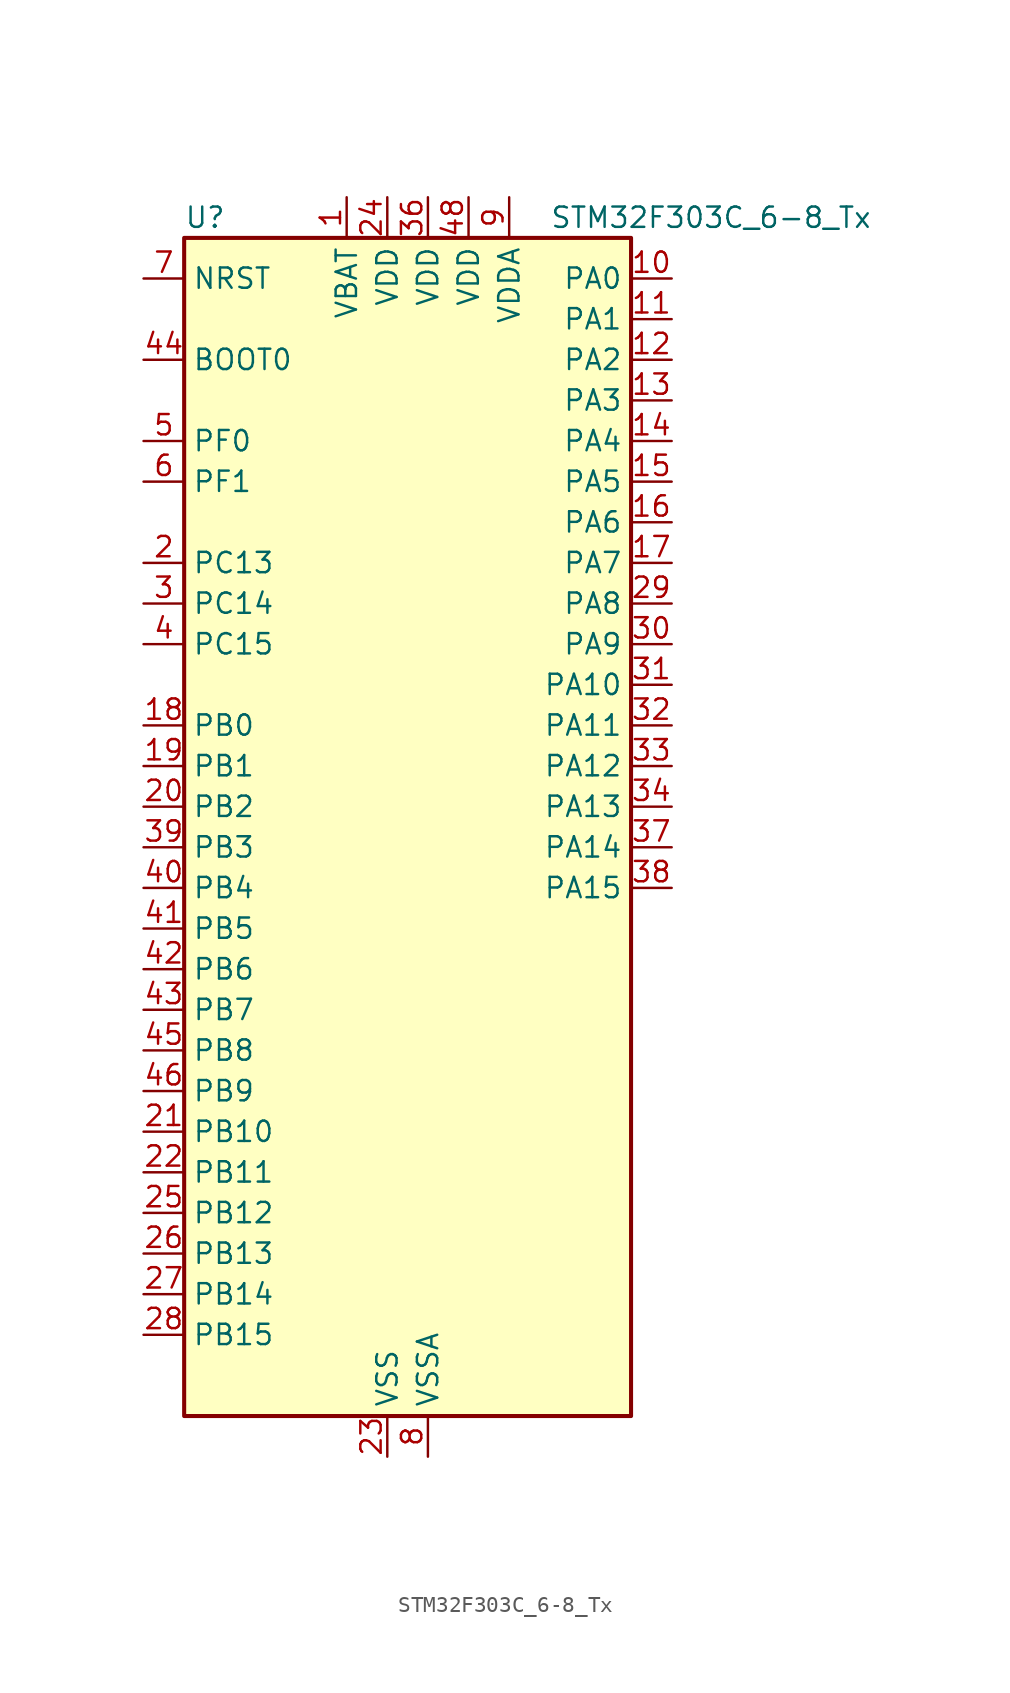
<source format=kicad_sym>
(kicad_symbol_lib
  (version 20220914)
  (generator kicad_symbol_editor)
  (symbol "STM32F303C_6-8_Tx"
    (property "Reference" "U"
      (at -12.7 39.37 0)
      (effects (font (size 1.27 1.27)) (justify left)))
    (property "Value" "STM32F303C_6-8_Tx"
      (at 10.16 39.37 0)
      (effects (font (size 1.27 1.27)) (justify left)))
    (property "ki_locked" ""
      (at 0 0 0)
      (effects (font (size 1.27 1.27))))
    (symbol "STM32F303C_6-8_Tx_0_1"
      (rectangle (start -12.7 -35.56) (end 15.24 38.1) (stroke (width 0.254) (type default)) (fill (type background))))
    (symbol "STM32F303C_6-8_Tx_1_1"
      (pin power_in line (at -2.54 40.64 270) (length 2.54) (name "VBAT" (effects (font (size 1.27 1.27)))) (number "1" (effects (font (size 1.27 1.27)))))
      (pin bidirectional line (at 17.78 35.56 180) (length 2.54) (name "PA0" (effects (font (size 1.27 1.27)))) (number "10" (effects (font (size 1.27 1.27)))) (alternate "ADC1_IN1" bidirectional line) (alternate "RTC_TAMP2" bidirectional line) (alternate "SYS_WKUP1" bidirectional line) (alternate "TIM2_CH1" bidirectional line) (alternate "TIM2_ETR" bidirectional line) (alternate "TSC_G1_IO1" bidirectional line) (alternate "USART2_CTS" bidirectional line))
      (pin bidirectional line (at 17.78 33.02 180) (length 2.54) (name "PA1" (effects (font (size 1.27 1.27)))) (number "11" (effects (font (size 1.27 1.27)))) (alternate "ADC1_IN2" bidirectional line) (alternate "RTC_REFIN" bidirectional line) (alternate "TIM15_CH1N" bidirectional line) (alternate "TIM2_CH2" bidirectional line) (alternate "TSC_G1_IO2" bidirectional line) (alternate "USART2_DE" bidirectional line) (alternate "USART2_RTS" bidirectional line))
      (pin bidirectional line (at 17.78 30.48 180) (length 2.54) (name "PA2" (effects (font (size 1.27 1.27)))) (number "12" (effects (font (size 1.27 1.27)))) (alternate "ADC1_IN3" bidirectional line) (alternate "COMP2_INM" bidirectional line) (alternate "COMP2_OUT" bidirectional line) (alternate "TIM15_CH1" bidirectional line) (alternate "TIM2_CH3" bidirectional line) (alternate "TSC_G1_IO3" bidirectional line) (alternate "USART2_TX" bidirectional line))
      (pin bidirectional line (at 17.78 27.94 180) (length 2.54) (name "PA3" (effects (font (size 1.27 1.27)))) (number "13" (effects (font (size 1.27 1.27)))) (alternate "ADC1_IN4" bidirectional line) (alternate "TIM15_CH2" bidirectional line) (alternate "TIM2_CH4" bidirectional line) (alternate "TSC_G1_IO4" bidirectional line) (alternate "USART2_RX" bidirectional line))
      (pin bidirectional line (at 17.78 25.4 180) (length 2.54) (name "PA4" (effects (font (size 1.27 1.27)))) (number "14" (effects (font (size 1.27 1.27)))) (alternate "ADC2_IN1" bidirectional line) (alternate "COMP2_INM" bidirectional line) (alternate "COMP4_INM" bidirectional line) (alternate "COMP6_INM" bidirectional line) (alternate "DAC1_OUT1" bidirectional line) (alternate "SPI1_NSS" bidirectional line) (alternate "TIM3_CH2" bidirectional line) (alternate "TSC_G2_IO1" bidirectional line) (alternate "USART2_CK" bidirectional line))
      (pin bidirectional line (at 17.78 22.86 180) (length 2.54) (name "PA5" (effects (font (size 1.27 1.27)))) (number "15" (effects (font (size 1.27 1.27)))) (alternate "ADC2_IN2" bidirectional line) (alternate "DAC1_OUT2" bidirectional line) (alternate "OPAMP2_VINM" bidirectional line) (alternate "OPAMP2_VINM_SEC" bidirectional line) (alternate "SPI1_SCK" bidirectional line) (alternate "TIM2_CH1" bidirectional line) (alternate "TIM2_ETR" bidirectional line) (alternate "TSC_G2_IO2" bidirectional line))
      (pin bidirectional line (at 17.78 20.32 180) (length 2.54) (name "PA6" (effects (font (size 1.27 1.27)))) (number "16" (effects (font (size 1.27 1.27)))) (alternate "ADC2_IN3" bidirectional line) (alternate "DAC2_OUT1" bidirectional line) (alternate "OPAMP2_VOUT" bidirectional line) (alternate "SPI1_MISO" bidirectional line) (alternate "TIM16_CH1" bidirectional line) (alternate "TIM1_BKIN" bidirectional line) (alternate "TIM3_CH1" bidirectional line) (alternate "TSC_G2_IO3" bidirectional line))
      (pin bidirectional line (at 17.78 17.78 180) (length 2.54) (name "PA7" (effects (font (size 1.27 1.27)))) (number "17" (effects (font (size 1.27 1.27)))) (alternate "ADC2_IN4" bidirectional line) (alternate "COMP2_INP" bidirectional line) (alternate "OPAMP2_VINP" bidirectional line) (alternate "OPAMP2_VINP_SEC" bidirectional line) (alternate "SPI1_MOSI" bidirectional line) (alternate "TIM17_CH1" bidirectional line) (alternate "TIM1_CH1N" bidirectional line) (alternate "TIM3_CH2" bidirectional line) (alternate "TSC_G2_IO4" bidirectional line))
      (pin bidirectional line (at -15.24 7.62 0) (length 2.54) (name "PB0" (effects (font (size 1.27 1.27)))) (number "18" (effects (font (size 1.27 1.27)))) (alternate "ADC1_IN11" bidirectional line) (alternate "COMP4_INP" bidirectional line) (alternate "OPAMP2_VINP" bidirectional line) (alternate "OPAMP2_VINP_SEC" bidirectional line) (alternate "TIM1_CH2N" bidirectional line) (alternate "TIM3_CH3" bidirectional line) (alternate "TSC_G3_IO2" bidirectional line))
      (pin bidirectional line (at -15.24 5.08 0) (length 2.54) (name "PB1" (effects (font (size 1.27 1.27)))) (number "19" (effects (font (size 1.27 1.27)))) (alternate "ADC1_IN12" bidirectional line) (alternate "COMP4_OUT" bidirectional line) (alternate "TIM1_CH3N" bidirectional line) (alternate "TIM3_CH4" bidirectional line) (alternate "TSC_G3_IO3" bidirectional line))
      (pin bidirectional line (at -15.24 17.78 0) (length 2.54) (name "PC13" (effects (font (size 1.27 1.27)))) (number "2" (effects (font (size 1.27 1.27)))) (alternate "RTC_OUT_ALARM" bidirectional line) (alternate "RTC_OUT_CALIB" bidirectional line) (alternate "RTC_TAMP1" bidirectional line) (alternate "RTC_TS" bidirectional line) (alternate "SYS_WKUP2" bidirectional line) (alternate "TIM1_CH1N" bidirectional line))
      (pin bidirectional line (at -15.24 2.54 0) (length 2.54) (name "PB2" (effects (font (size 1.27 1.27)))) (number "20" (effects (font (size 1.27 1.27)))) (alternate "ADC2_IN12" bidirectional line) (alternate "COMP4_INM" bidirectional line) (alternate "TSC_G3_IO4" bidirectional line))
      (pin bidirectional line (at -15.24 -17.78 0) (length 2.54) (name "PB10" (effects (font (size 1.27 1.27)))) (number "21" (effects (font (size 1.27 1.27)))) (alternate "TIM2_CH3" bidirectional line) (alternate "TSC_SYNC" bidirectional line) (alternate "USART3_TX" bidirectional line))
      (pin bidirectional line (at -15.24 -20.32 0) (length 2.54) (name "PB11" (effects (font (size 1.27 1.27)))) (number "22" (effects (font (size 1.27 1.27)))) (alternate "COMP6_INP" bidirectional line) (alternate "TIM2_CH4" bidirectional line) (alternate "TSC_G6_IO1" bidirectional line) (alternate "USART3_RX" bidirectional line))
      (pin power_in line (at 0 -38.1 90) (length 2.54) (name "VSS" (effects (font (size 1.27 1.27)))) (number "23" (effects (font (size 1.27 1.27)))))
      (pin power_in line (at 0 40.64 270) (length 2.54) (name "VDD" (effects (font (size 1.27 1.27)))) (number "24" (effects (font (size 1.27 1.27)))))
      (pin bidirectional line (at -15.24 -22.86 0) (length 2.54) (name "PB12" (effects (font (size 1.27 1.27)))) (number "25" (effects (font (size 1.27 1.27)))) (alternate "ADC2_IN13" bidirectional line) (alternate "TIM1_BKIN" bidirectional line) (alternate "TSC_G6_IO2" bidirectional line) (alternate "USART3_CK" bidirectional line))
      (pin bidirectional line (at -15.24 -25.4 0) (length 2.54) (name "PB13" (effects (font (size 1.27 1.27)))) (number "26" (effects (font (size 1.27 1.27)))) (alternate "ADC1_IN13" bidirectional line) (alternate "TIM1_CH1N" bidirectional line) (alternate "TSC_G6_IO3" bidirectional line) (alternate "USART3_CTS" bidirectional line))
      (pin bidirectional line (at -15.24 -27.94 0) (length 2.54) (name "PB14" (effects (font (size 1.27 1.27)))) (number "27" (effects (font (size 1.27 1.27)))) (alternate "ADC2_IN14" bidirectional line) (alternate "OPAMP2_VINP" bidirectional line) (alternate "OPAMP2_VINP_SEC" bidirectional line) (alternate "TIM15_CH1" bidirectional line) (alternate "TIM1_CH2N" bidirectional line) (alternate "TSC_G6_IO4" bidirectional line) (alternate "USART3_DE" bidirectional line) (alternate "USART3_RTS" bidirectional line))
      (pin bidirectional line (at -15.24 -30.48 0) (length 2.54) (name "PB15" (effects (font (size 1.27 1.27)))) (number "28" (effects (font (size 1.27 1.27)))) (alternate "ADC2_IN15" bidirectional line) (alternate "COMP6_INM" bidirectional line) (alternate "RTC_REFIN" bidirectional line) (alternate "TIM15_CH1N" bidirectional line) (alternate "TIM15_CH2" bidirectional line) (alternate "TIM1_CH3N" bidirectional line))
      (pin bidirectional line (at 17.78 15.24 180) (length 2.54) (name "PA8" (effects (font (size 1.27 1.27)))) (number "29" (effects (font (size 1.27 1.27)))) (alternate "RCC_MCO" bidirectional line) (alternate "TIM1_CH1" bidirectional line) (alternate "USART1_CK" bidirectional line))
      (pin bidirectional line (at -15.24 15.24 0) (length 2.54) (name "PC14" (effects (font (size 1.27 1.27)))) (number "3" (effects (font (size 1.27 1.27)))) (alternate "RCC_OSC32_IN" bidirectional line))
      (pin bidirectional line (at 17.78 12.7 180) (length 2.54) (name "PA9" (effects (font (size 1.27 1.27)))) (number "30" (effects (font (size 1.27 1.27)))) (alternate "DAC1_EXTI9" bidirectional line) (alternate "DAC2_EXTI9" bidirectional line) (alternate "TIM15_BKIN" bidirectional line) (alternate "TIM1_CH2" bidirectional line) (alternate "TIM2_CH3" bidirectional line) (alternate "TSC_G4_IO1" bidirectional line) (alternate "USART1_TX" bidirectional line))
      (pin bidirectional line (at 17.78 10.16 180) (length 2.54) (name "PA10" (effects (font (size 1.27 1.27)))) (number "31" (effects (font (size 1.27 1.27)))) (alternate "COMP6_OUT" bidirectional line) (alternate "TIM17_BKIN" bidirectional line) (alternate "TIM1_CH3" bidirectional line) (alternate "TIM2_CH4" bidirectional line) (alternate "TSC_G4_IO2" bidirectional line) (alternate "USART1_RX" bidirectional line))
      (pin bidirectional line (at 17.78 7.62 180) (length 2.54) (name "PA11" (effects (font (size 1.27 1.27)))) (number "32" (effects (font (size 1.27 1.27)))) (alternate "CAN_RX" bidirectional line) (alternate "TIM1_BKIN2" bidirectional line) (alternate "TIM1_CH1N" bidirectional line) (alternate "TIM1_CH4" bidirectional line) (alternate "USART1_CTS" bidirectional line))
      (pin bidirectional line (at 17.78 5.08 180) (length 2.54) (name "PA12" (effects (font (size 1.27 1.27)))) (number "33" (effects (font (size 1.27 1.27)))) (alternate "CAN_TX" bidirectional line) (alternate "COMP2_OUT" bidirectional line) (alternate "TIM16_CH1" bidirectional line) (alternate "TIM1_CH2N" bidirectional line) (alternate "TIM1_ETR" bidirectional line) (alternate "USART1_DE" bidirectional line) (alternate "USART1_RTS" bidirectional line))
      (pin bidirectional line (at 17.78 2.54 180) (length 2.54) (name "PA13" (effects (font (size 1.27 1.27)))) (number "34" (effects (font (size 1.27 1.27)))) (alternate "IR_OUT" bidirectional line) (alternate "SYS_JTMS-SWDIO" bidirectional line) (alternate "TIM16_CH1N" bidirectional line) (alternate "TSC_G4_IO3" bidirectional line) (alternate "USART3_CTS" bidirectional line))
      (pin passive line (at 0 -38.1 90) (length 2.54) hide (name "VSS" (effects (font (size 1.27 1.27)))) (number "35" (effects (font (size 1.27 1.27)))))
      (pin power_in line (at 2.54 40.64 270) (length 2.54) (name "VDD" (effects (font (size 1.27 1.27)))) (number "36" (effects (font (size 1.27 1.27)))))
      (pin bidirectional line (at 17.78 0 180) (length 2.54) (name "PA14" (effects (font (size 1.27 1.27)))) (number "37" (effects (font (size 1.27 1.27)))) (alternate "I2C1_SDA" bidirectional line) (alternate "SYS_JTCK-SWCLK" bidirectional line) (alternate "TIM1_BKIN" bidirectional line) (alternate "TSC_G4_IO4" bidirectional line) (alternate "USART2_TX" bidirectional line))
      (pin bidirectional line (at 17.78 -2.54 180) (length 2.54) (name "PA15" (effects (font (size 1.27 1.27)))) (number "38" (effects (font (size 1.27 1.27)))) (alternate "I2C1_SCL" bidirectional line) (alternate "SPI1_NSS" bidirectional line) (alternate "SYS_JTDI" bidirectional line) (alternate "TIM1_BKIN" bidirectional line) (alternate "TIM2_CH1" bidirectional line) (alternate "TIM2_ETR" bidirectional line) (alternate "TSC_SYNC" bidirectional line) (alternate "USART2_RX" bidirectional line))
      (pin bidirectional line (at -15.24 0 0) (length 2.54) (name "PB3" (effects (font (size 1.27 1.27)))) (number "39" (effects (font (size 1.27 1.27)))) (alternate "SPI1_SCK" bidirectional line) (alternate "SYS_JTDO-TRACESWO" bidirectional line) (alternate "TIM2_CH2" bidirectional line) (alternate "TIM3_ETR" bidirectional line) (alternate "TSC_G5_IO1" bidirectional line) (alternate "USART2_TX" bidirectional line))
      (pin bidirectional line (at -15.24 12.7 0) (length 2.54) (name "PC15" (effects (font (size 1.27 1.27)))) (number "4" (effects (font (size 1.27 1.27)))) (alternate "RCC_OSC32_OUT" bidirectional line))
      (pin bidirectional line (at -15.24 -2.54 0) (length 2.54) (name "PB4" (effects (font (size 1.27 1.27)))) (number "40" (effects (font (size 1.27 1.27)))) (alternate "SPI1_MISO" bidirectional line) (alternate "SYS_NJTRST" bidirectional line) (alternate "TIM16_CH1" bidirectional line) (alternate "TIM17_BKIN" bidirectional line) (alternate "TIM3_CH1" bidirectional line) (alternate "TSC_G5_IO2" bidirectional line) (alternate "USART2_RX" bidirectional line))
      (pin bidirectional line (at -15.24 -5.08 0) (length 2.54) (name "PB5" (effects (font (size 1.27 1.27)))) (number "41" (effects (font (size 1.27 1.27)))) (alternate "I2C1_SMBA" bidirectional line) (alternate "SPI1_MOSI" bidirectional line) (alternate "TIM16_BKIN" bidirectional line) (alternate "TIM17_CH1" bidirectional line) (alternate "TIM3_CH2" bidirectional line) (alternate "USART2_CK" bidirectional line))
      (pin bidirectional line (at -15.24 -7.62 0) (length 2.54) (name "PB6" (effects (font (size 1.27 1.27)))) (number "42" (effects (font (size 1.27 1.27)))) (alternate "I2C1_SCL" bidirectional line) (alternate "TIM16_CH1N" bidirectional line) (alternate "TSC_G5_IO3" bidirectional line) (alternate "USART1_TX" bidirectional line))
      (pin bidirectional line (at -15.24 -10.16 0) (length 2.54) (name "PB7" (effects (font (size 1.27 1.27)))) (number "43" (effects (font (size 1.27 1.27)))) (alternate "I2C1_SDA" bidirectional line) (alternate "TIM17_CH1N" bidirectional line) (alternate "TIM3_CH4" bidirectional line) (alternate "TSC_G5_IO4" bidirectional line) (alternate "USART1_RX" bidirectional line))
      (pin input line (at -15.24 30.48 0) (length 2.54) (name "BOOT0" (effects (font (size 1.27 1.27)))) (number "44" (effects (font (size 1.27 1.27)))))
      (pin bidirectional line (at -15.24 -12.7 0) (length 2.54) (name "PB8" (effects (font (size 1.27 1.27)))) (number "45" (effects (font (size 1.27 1.27)))) (alternate "CAN_RX" bidirectional line) (alternate "I2C1_SCL" bidirectional line) (alternate "TIM16_CH1" bidirectional line) (alternate "TIM1_BKIN" bidirectional line) (alternate "TSC_SYNC" bidirectional line) (alternate "USART3_RX" bidirectional line))
      (pin bidirectional line (at -15.24 -15.24 0) (length 2.54) (name "PB9" (effects (font (size 1.27 1.27)))) (number "46" (effects (font (size 1.27 1.27)))) (alternate "CAN_TX" bidirectional line) (alternate "COMP2_OUT" bidirectional line) (alternate "DAC1_EXTI9" bidirectional line) (alternate "DAC2_EXTI9" bidirectional line) (alternate "I2C1_SDA" bidirectional line) (alternate "IR_OUT" bidirectional line) (alternate "TIM17_CH1" bidirectional line) (alternate "USART3_TX" bidirectional line))
      (pin passive line (at 0 -38.1 90) (length 2.54) hide (name "VSS" (effects (font (size 1.27 1.27)))) (number "47" (effects (font (size 1.27 1.27)))))
      (pin power_in line (at 5.08 40.64 270) (length 2.54) (name "VDD" (effects (font (size 1.27 1.27)))) (number "48" (effects (font (size 1.27 1.27)))))
      (pin bidirectional line (at -15.24 25.4 0) (length 2.54) (name "PF0" (effects (font (size 1.27 1.27)))) (number "5" (effects (font (size 1.27 1.27)))) (alternate "RCC_OSC_IN" bidirectional line) (alternate "TIM1_CH3N" bidirectional line))
      (pin bidirectional line (at -15.24 22.86 0) (length 2.54) (name "PF1" (effects (font (size 1.27 1.27)))) (number "6" (effects (font (size 1.27 1.27)))) (alternate "RCC_OSC_OUT" bidirectional line))
      (pin input line (at -15.24 35.56 0) (length 2.54) (name "NRST" (effects (font (size 1.27 1.27)))) (number "7" (effects (font (size 1.27 1.27)))))
      (pin power_in line (at 2.54 -38.1 90) (length 2.54) (name "VSSA" (effects (font (size 1.27 1.27)))) (number "8" (effects (font (size 1.27 1.27)))))
      (pin power_in line (at 7.62 40.64 270) (length 2.54) (name "VDDA" (effects (font (size 1.27 1.27)))) (number "9" (effects (font (size 1.27 1.27))))))))
</source>
